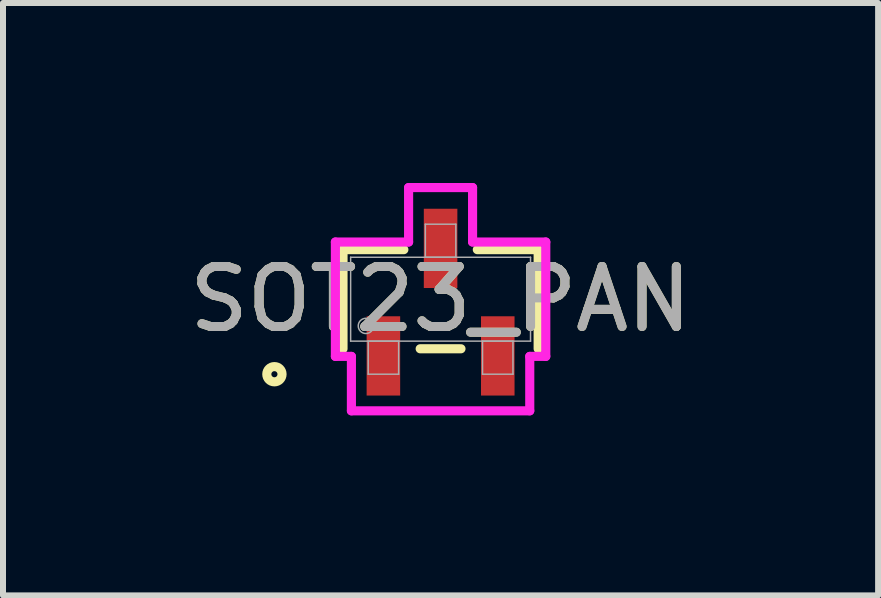
<source format=kicad_pcb>
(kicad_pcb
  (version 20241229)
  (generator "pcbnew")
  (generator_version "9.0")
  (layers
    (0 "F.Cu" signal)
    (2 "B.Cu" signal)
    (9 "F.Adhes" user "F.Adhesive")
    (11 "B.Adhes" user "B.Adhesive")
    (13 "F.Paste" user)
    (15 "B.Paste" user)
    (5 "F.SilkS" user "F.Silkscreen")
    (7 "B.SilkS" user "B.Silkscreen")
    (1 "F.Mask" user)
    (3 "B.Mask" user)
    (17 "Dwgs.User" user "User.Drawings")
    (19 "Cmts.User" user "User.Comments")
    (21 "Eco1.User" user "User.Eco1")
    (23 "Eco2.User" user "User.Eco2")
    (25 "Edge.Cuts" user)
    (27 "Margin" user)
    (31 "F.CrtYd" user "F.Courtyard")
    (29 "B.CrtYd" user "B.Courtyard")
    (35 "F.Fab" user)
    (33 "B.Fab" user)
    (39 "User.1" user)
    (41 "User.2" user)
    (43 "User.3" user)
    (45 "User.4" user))
  (footprint "SOT23_PAN"
    (layer "F.Cu")
    (at 4.292 1.936)
    (property "Reference" "SOT23_PAN" (at 0 0 0) (unlocked yes) (layer "F.SilkS") (effects (font (size 1 1) (thickness 0.15))))
    (attr smd)
    (fp_line (start -1.626 -0.826) (end -1.626 0.826) (stroke (width 0.152) (type solid)) (layer "F.SilkS"))
    (fp_line (start -0.612 -0.826) (end -1.626 -0.826) (stroke (width 0.152) (type solid)) (layer "F.SilkS"))
    (fp_line (start -0.34 0.826) (end 0.34 0.826) (stroke (width 0.152) (type solid)) (layer "F.SilkS"))
    (fp_line (start 1.626 -0.826) (end 0.612 -0.826) (stroke (width 0.152) (type solid)) (layer "F.SilkS"))
    (fp_line (start 1.626 0.826) (end 1.626 -0.826) (stroke (width 0.152) (type solid)) (layer "F.SilkS"))
    (fp_circle (center -2.769 1.25) (end -2.642 1.25) (stroke (width 0.152) (type solid)) (fill no) (layer "F.SilkS"))
    (fp_line (start -1.753 -0.953) (end -0.533 -0.953) (stroke (width 0.152) (type solid)) (layer "F.CrtYd"))
    (fp_line (start -1.753 0.953) (end -1.753 -0.953) (stroke (width 0.152) (type solid)) (layer "F.CrtYd"))
    (fp_line (start -1.753 0.953) (end -1.486 0.953) (stroke (width 0.152) (type solid)) (layer "F.CrtYd"))
    (fp_line (start -1.486 0.953) (end -1.486 1.86) (stroke (width 0.152) (type solid)) (layer "F.CrtYd"))
    (fp_line (start -1.486 1.86) (end 1.486 1.86) (stroke (width 0.152) (type solid)) (layer "F.CrtYd"))
    (fp_line (start -0.533 -1.86) (end 0.533 -1.86) (stroke (width 0.152) (type solid)) (layer "F.CrtYd"))
    (fp_line (start -0.533 -0.953) (end -0.533 -1.86) (stroke (width 0.152) (type solid)) (layer "F.CrtYd"))
    (fp_line (start 0.533 -0.953) (end 0.533 -1.86) (stroke (width 0.152) (type solid)) (layer "F.CrtYd"))
    (fp_line (start 1.486 0.953) (end 1.486 1.86) (stroke (width 0.152) (type solid)) (layer "F.CrtYd"))
    (fp_line (start 1.753 -0.953) (end 0.533 -0.953) (stroke (width 0.152) (type solid)) (layer "F.CrtYd"))
    (fp_line (start 1.753 -0.953) (end 1.753 0.953) (stroke (width 0.152) (type solid)) (layer "F.CrtYd"))
    (fp_line (start 1.753 0.953) (end 1.486 0.953) (stroke (width 0.152) (type solid)) (layer "F.CrtYd"))
    (fp_line (start -1.499 -0.699) (end -1.499 0.699) (stroke (width 0.025) (type solid)) (layer "F.Fab"))
    (fp_line (start -1.499 0.699) (end 1.499 0.699) (stroke (width 0.025) (type solid)) (layer "F.Fab"))
    (fp_line (start -1.206 0.699) (end -1.206 1.25) (stroke (width 0.025) (type solid)) (layer "F.Fab"))
    (fp_line (start -1.206 1.25) (end -0.699 1.25) (stroke (width 0.025) (type solid)) (layer "F.Fab"))
    (fp_line (start -0.699 0.699) (end -1.206 0.699) (stroke (width 0.025) (type solid)) (layer "F.Fab"))
    (fp_line (start -0.699 1.25) (end -0.699 0.699) (stroke (width 0.025) (type solid)) (layer "F.Fab"))
    (fp_line (start -0.254 -1.25) (end -0.254 -0.699) (stroke (width 0.025) (type solid)) (layer "F.Fab"))
    (fp_line (start -0.254 -0.699) (end 0.254 -0.699) (stroke (width 0.025) (type solid)) (layer "F.Fab"))
    (fp_line (start 0.254 -1.25) (end -0.254 -1.25) (stroke (width 0.025) (type solid)) (layer "F.Fab"))
    (fp_line (start 0.254 -0.699) (end 0.254 -1.25) (stroke (width 0.025) (type solid)) (layer "F.Fab"))
    (fp_line (start 0.699 0.699) (end 0.699 1.25) (stroke (width 0.025) (type solid)) (layer "F.Fab"))
    (fp_line (start 0.699 1.25) (end 1.206 1.25) (stroke (width 0.025) (type solid)) (layer "F.Fab"))
    (fp_line (start 1.206 0.699) (end 0.699 0.699) (stroke (width 0.025) (type solid)) (layer "F.Fab"))
    (fp_line (start 1.206 1.25) (end 1.206 0.699) (stroke (width 0.025) (type solid)) (layer "F.Fab"))
    (fp_line (start 1.499 -0.699) (end -1.499 -0.699) (stroke (width 0.025) (type solid)) (layer "F.Fab"))
    (fp_line (start 1.499 0.699) (end 1.499 -0.699) (stroke (width 0.025) (type solid)) (layer "F.Fab"))
    (fp_circle (center -1.245 0.445) (end -1.118 0.445) (stroke (width 0.025) (type solid)) (fill no) (layer "F.Fab"))
    (fp_text user "${REFERENCE}" (at 0 0 0) (unlocked yes) (layer "F.Fab") (effects (font (size 1 1) (thickness 0.15))))
    (pad "1" smd rect (at -0.953 0.945) (size 0.559 1.321) (layers "F.Cu" "F.Mask" "F.Paste"))
    (pad "2" smd rect (at 0.953 0.945) (size 0.559 1.321) (layers "F.Cu" "F.Mask" "F.Paste"))
    (pad "3" smd rect (at 0 -0.847) (size 0.559 1.321) (layers "F.Cu" "F.Mask" "F.Paste")))
  (gr_rect
    (start -3 -3)
    (end 11.583 6.872)
    (stroke (width 0.1) (type default))
    (fill no)
    (layer "Edge.Cuts")))
</source>
